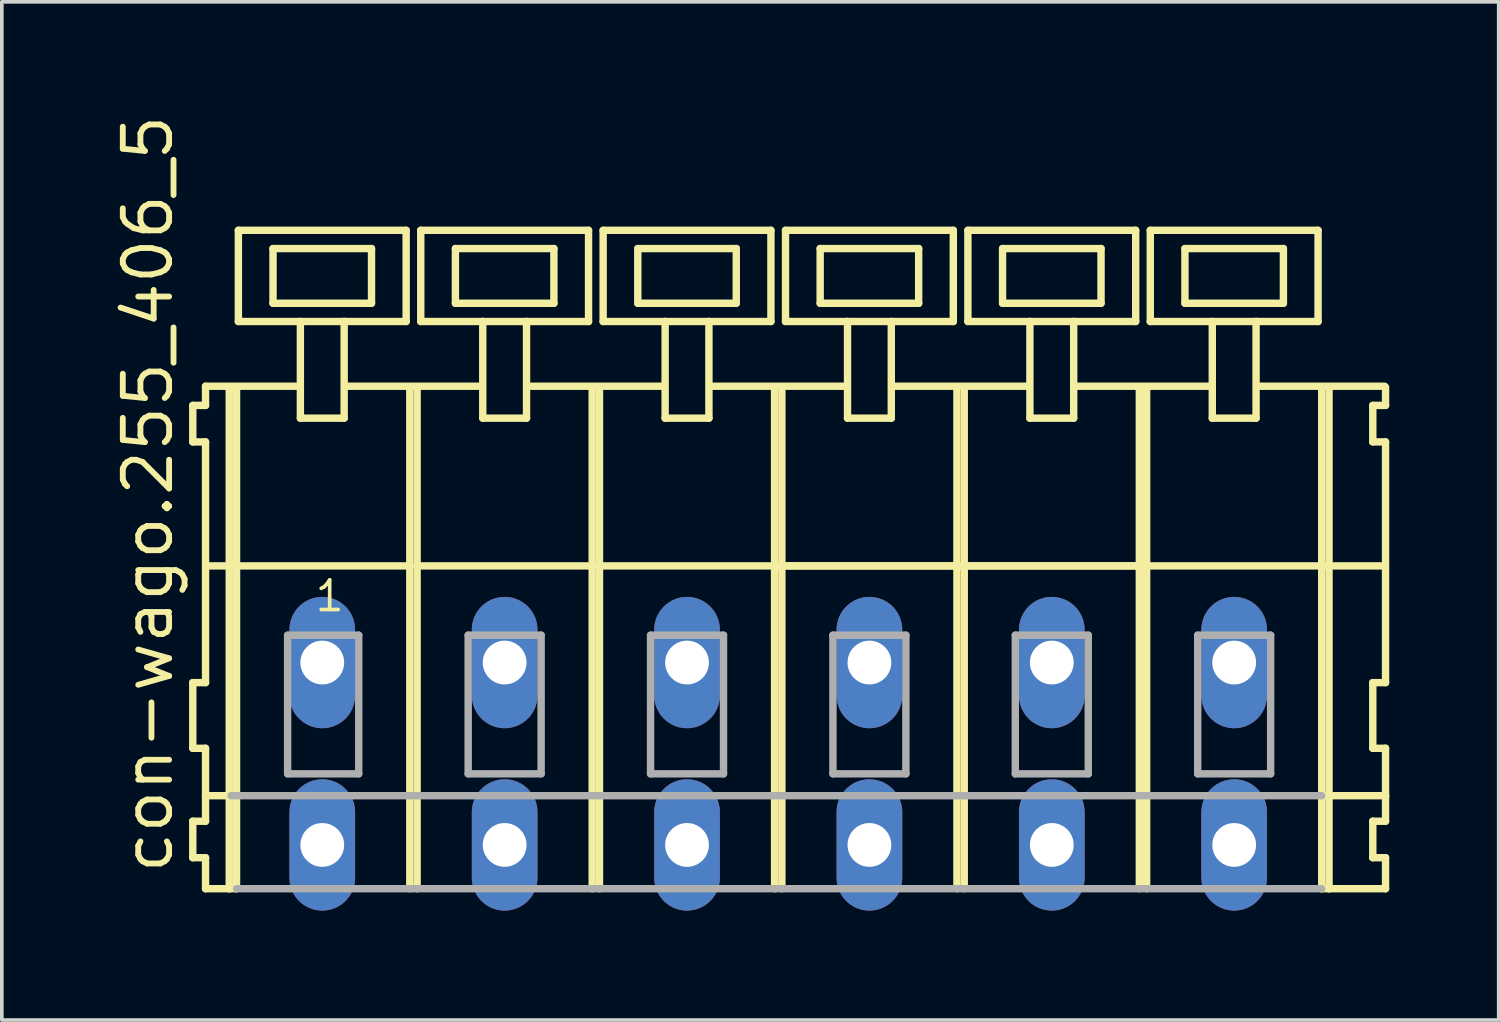
<source format=kicad_pcb>
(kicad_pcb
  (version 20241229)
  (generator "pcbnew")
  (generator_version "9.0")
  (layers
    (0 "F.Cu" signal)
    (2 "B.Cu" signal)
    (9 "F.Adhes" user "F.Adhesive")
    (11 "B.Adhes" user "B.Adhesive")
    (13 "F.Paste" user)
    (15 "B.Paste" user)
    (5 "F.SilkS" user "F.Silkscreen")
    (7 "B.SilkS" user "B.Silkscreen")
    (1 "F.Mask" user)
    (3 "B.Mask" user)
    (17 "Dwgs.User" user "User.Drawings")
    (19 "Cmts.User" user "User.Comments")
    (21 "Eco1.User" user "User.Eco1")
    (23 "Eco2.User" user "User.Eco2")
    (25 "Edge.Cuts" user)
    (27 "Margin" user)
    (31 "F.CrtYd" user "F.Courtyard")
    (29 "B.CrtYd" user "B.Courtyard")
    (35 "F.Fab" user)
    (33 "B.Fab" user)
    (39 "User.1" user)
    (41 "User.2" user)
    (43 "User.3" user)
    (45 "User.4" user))
  (footprint "con-wago.255_406_5"
    (layer "F.Cu")
    (at 18.285 15.114)
    (property "Reference" "con-wago.255_406_5" (at -16.535 5.855 90) (layer "F.SilkS") (effects (font (size 1.27 1.27) (thickness 0.16)) (justify left bottom)))
    (attr through_hole)
    (fp_line (start -16.05 -7.05) (end -16.05 -6.05) (stroke (width 0.203) (type default)) (layer "F.SilkS"))
    (fp_line (start -16.05 -6.05) (end -15.7 -6.05) (stroke (width 0.203) (type default)) (layer "F.SilkS"))
    (fp_line (start -16.05 0.55) (end -16.05 2.35) (stroke (width 0.203) (type default)) (layer "F.SilkS"))
    (fp_line (start -16.05 2.35) (end -15.7 2.35) (stroke (width 0.203) (type default)) (layer "F.SilkS"))
    (fp_line (start -16.05 4.35) (end -16.05 5.35) (stroke (width 0.203) (type default)) (layer "F.SilkS"))
    (fp_line (start -16.05 5.35) (end -15.7 5.35) (stroke (width 0.203) (type default)) (layer "F.SilkS"))
    (fp_line (start -15.7 -7.575) (end -15.7 -7.05) (stroke (width 0.203) (type default)) (layer "F.SilkS"))
    (fp_line (start -15.7 -7.575) (end -13.125 -7.575) (stroke (width 0.203) (type default)) (layer "F.SilkS"))
    (fp_line (start -15.7 -7.05) (end -16.05 -7.05) (stroke (width 0.203) (type default)) (layer "F.SilkS"))
    (fp_line (start -15.7 -6.05) (end -15.7 0.55) (stroke (width 0.203) (type default)) (layer "F.SilkS"))
    (fp_line (start -15.7 0.55) (end -16.05 0.55) (stroke (width 0.203) (type default)) (layer "F.SilkS"))
    (fp_line (start -15.7 2.35) (end -15.7 4.35) (stroke (width 0.203) (type default)) (layer "F.SilkS"))
    (fp_line (start -15.7 3.65) (end -15 3.65) (stroke (width 0.203) (type default)) (layer "F.SilkS"))
    (fp_line (start -15.7 4.35) (end -16.05 4.35) (stroke (width 0.203) (type default)) (layer "F.SilkS"))
    (fp_line (start -15.7 5.35) (end -15.7 6.2) (stroke (width 0.203) (type default)) (layer "F.SilkS"))
    (fp_line (start -15.7 6.2) (end -15.05 6.2) (stroke (width 0.203) (type default)) (layer "F.SilkS"))
    (fp_line (start -15.65 -2.65) (end -10.1 -2.65) (stroke (width 0.203) (type default)) (layer "F.SilkS"))
    (fp_line (start -15.05 -7.55) (end -15.05 6.2) (stroke (width 0.203) (type default)) (layer "F.SilkS"))
    (fp_line (start -15.05 6.2) (end -14.85 6.2) (stroke (width 0.203) (type default)) (layer "F.SilkS"))
    (fp_line (start -14.85 -7.55) (end -14.85 6.2) (stroke (width 0.203) (type default)) (layer "F.SilkS"))
    (fp_line (start -14.8 -11.85) (end -14.8 -9.35) (stroke (width 0.203) (type default)) (layer "F.SilkS"))
    (fp_line (start -14.8 -9.35) (end -13.1 -9.35) (stroke (width 0.203) (type default)) (layer "F.SilkS"))
    (fp_line (start -13.85 -11.35) (end -13.85 -9.85) (stroke (width 0.203) (type default)) (layer "F.SilkS"))
    (fp_line (start -13.85 -9.85) (end -11.15 -9.85) (stroke (width 0.203) (type default)) (layer "F.SilkS"))
    (fp_line (start -13.1 -9.35) (end -13.1 -6.7) (stroke (width 0.203) (type default)) (layer "F.SilkS"))
    (fp_line (start -13.1 -9.35) (end -11.9 -9.35) (stroke (width 0.203) (type default)) (layer "F.SilkS"))
    (fp_line (start -13.1 -6.7) (end -11.9 -6.7) (stroke (width 0.203) (type default)) (layer "F.SilkS"))
    (fp_line (start -11.9 -9.35) (end -10.2 -9.35) (stroke (width 0.203) (type default)) (layer "F.SilkS"))
    (fp_line (start -11.9 -6.7) (end -11.9 -9.35) (stroke (width 0.203) (type default)) (layer "F.SilkS"))
    (fp_line (start -11.825 -7.575) (end -8.125 -7.575) (stroke (width 0.203) (type default)) (layer "F.SilkS"))
    (fp_line (start -11.15 -11.35) (end -13.85 -11.35) (stroke (width 0.203) (type default)) (layer "F.SilkS"))
    (fp_line (start -11.15 -9.85) (end -11.15 -11.35) (stroke (width 0.203) (type default)) (layer "F.SilkS"))
    (fp_line (start -10.2 -11.85) (end -14.8 -11.85) (stroke (width 0.203) (type default)) (layer "F.SilkS"))
    (fp_line (start -10.2 -9.35) (end -10.2 -11.85) (stroke (width 0.203) (type default)) (layer "F.SilkS"))
    (fp_line (start -10.1 -7.55) (end -10.1 -2.65) (stroke (width 0.203) (type default)) (layer "F.SilkS"))
    (fp_line (start -10.1 -2.65) (end -10.1 6.2) (stroke (width 0.203) (type default)) (layer "F.SilkS"))
    (fp_line (start -9.9 -7.55) (end -9.9 -2.65) (stroke (width 0.203) (type default)) (layer "F.SilkS"))
    (fp_line (start -9.9 -2.65) (end -9.9 6.2) (stroke (width 0.203) (type default)) (layer "F.SilkS"))
    (fp_line (start -9.9 -2.65) (end -5.1 -2.65) (stroke (width 0.203) (type default)) (layer "F.SilkS"))
    (fp_line (start -9.8 -11.85) (end -9.8 -9.35) (stroke (width 0.203) (type default)) (layer "F.SilkS"))
    (fp_line (start -9.8 -9.35) (end -8.1 -9.35) (stroke (width 0.203) (type default)) (layer "F.SilkS"))
    (fp_line (start -8.85 -11.35) (end -8.85 -9.85) (stroke (width 0.203) (type default)) (layer "F.SilkS"))
    (fp_line (start -8.85 -9.85) (end -6.15 -9.85) (stroke (width 0.203) (type default)) (layer "F.SilkS"))
    (fp_line (start -8.1 -9.35) (end -8.1 -6.7) (stroke (width 0.203) (type default)) (layer "F.SilkS"))
    (fp_line (start -8.1 -9.35) (end -6.9 -9.35) (stroke (width 0.203) (type default)) (layer "F.SilkS"))
    (fp_line (start -8.1 -6.7) (end -6.9 -6.7) (stroke (width 0.203) (type default)) (layer "F.SilkS"))
    (fp_line (start -6.9 -9.35) (end -5.2 -9.35) (stroke (width 0.203) (type default)) (layer "F.SilkS"))
    (fp_line (start -6.9 -6.7) (end -6.9 -9.35) (stroke (width 0.203) (type default)) (layer "F.SilkS"))
    (fp_line (start -6.875 -7.575) (end -3.125 -7.575) (stroke (width 0.203) (type default)) (layer "F.SilkS"))
    (fp_line (start -6.15 -11.35) (end -8.85 -11.35) (stroke (width 0.203) (type default)) (layer "F.SilkS"))
    (fp_line (start -6.15 -9.85) (end -6.15 -11.35) (stroke (width 0.203) (type default)) (layer "F.SilkS"))
    (fp_line (start -5.2 -11.85) (end -9.8 -11.85) (stroke (width 0.203) (type default)) (layer "F.SilkS"))
    (fp_line (start -5.2 -9.35) (end -5.2 -11.85) (stroke (width 0.203) (type default)) (layer "F.SilkS"))
    (fp_line (start -5.1 -7.55) (end -5.1 -2.65) (stroke (width 0.203) (type default)) (layer "F.SilkS"))
    (fp_line (start -5.1 -2.65) (end -5.1 6.2) (stroke (width 0.203) (type default)) (layer "F.SilkS"))
    (fp_line (start -5.1 -2.65) (end -4.9 -2.65) (stroke (width 0.203) (type default)) (layer "F.SilkS"))
    (fp_line (start -4.9 -7.55) (end -4.9 -2.65) (stroke (width 0.203) (type default)) (layer "F.SilkS"))
    (fp_line (start -4.9 -2.65) (end -4.9 6.2) (stroke (width 0.203) (type default)) (layer "F.SilkS"))
    (fp_line (start -4.9 -2.65) (end -0.1 -2.65) (stroke (width 0.203) (type default)) (layer "F.SilkS"))
    (fp_line (start -4.8 -11.85) (end -4.8 -9.35) (stroke (width 0.203) (type default)) (layer "F.SilkS"))
    (fp_line (start -4.8 -9.35) (end -3.1 -9.35) (stroke (width 0.203) (type default)) (layer "F.SilkS"))
    (fp_line (start -3.85 -11.35) (end -3.85 -9.85) (stroke (width 0.203) (type default)) (layer "F.SilkS"))
    (fp_line (start -3.85 -9.85) (end -1.15 -9.85) (stroke (width 0.203) (type default)) (layer "F.SilkS"))
    (fp_line (start -3.1 -9.35) (end -3.1 -6.7) (stroke (width 0.203) (type default)) (layer "F.SilkS"))
    (fp_line (start -3.1 -9.35) (end -1.9 -9.35) (stroke (width 0.203) (type default)) (layer "F.SilkS"))
    (fp_line (start -3.1 -6.7) (end -1.9 -6.7) (stroke (width 0.203) (type default)) (layer "F.SilkS"))
    (fp_line (start -1.9 -9.35) (end -0.2 -9.35) (stroke (width 0.203) (type default)) (layer "F.SilkS"))
    (fp_line (start -1.9 -6.7) (end -1.9 -9.35) (stroke (width 0.203) (type default)) (layer "F.SilkS"))
    (fp_line (start -1.875 -7.575) (end 1.875 -7.575) (stroke (width 0.203) (type default)) (layer "F.SilkS"))
    (fp_line (start -1.15 -11.35) (end -3.85 -11.35) (stroke (width 0.203) (type default)) (layer "F.SilkS"))
    (fp_line (start -1.15 -9.85) (end -1.15 -11.35) (stroke (width 0.203) (type default)) (layer "F.SilkS"))
    (fp_line (start -0.2 -11.85) (end -4.8 -11.85) (stroke (width 0.203) (type default)) (layer "F.SilkS"))
    (fp_line (start -0.2 -9.35) (end -0.2 -11.85) (stroke (width 0.203) (type default)) (layer "F.SilkS"))
    (fp_line (start -0.1 -7.55) (end -0.1 -2.65) (stroke (width 0.203) (type default)) (layer "F.SilkS"))
    (fp_line (start -0.1 -2.65) (end -0.1 6.2) (stroke (width 0.203) (type default)) (layer "F.SilkS"))
    (fp_line (start -0.1 -2.65) (end 0.1 -2.65) (stroke (width 0.203) (type default)) (layer "F.SilkS"))
    (fp_line (start -0.1 -2.65) (end 14.9 -2.65) (stroke (width 0.203) (type default)) (layer "F.SilkS"))
    (fp_line (start 0.1 -7.55) (end 0.1 -2.65) (stroke (width 0.203) (type default)) (layer "F.SilkS"))
    (fp_line (start 0.1 -2.65) (end 0.1 6.2) (stroke (width 0.203) (type default)) (layer "F.SilkS"))
    (fp_line (start 0.1 -2.65) (end 4.9 -2.65) (stroke (width 0.203) (type default)) (layer "F.SilkS"))
    (fp_line (start 0.2 -11.85) (end 0.2 -9.35) (stroke (width 0.203) (type default)) (layer "F.SilkS"))
    (fp_line (start 0.2 -9.35) (end 1.9 -9.35) (stroke (width 0.203) (type default)) (layer "F.SilkS"))
    (fp_line (start 1.15 -11.35) (end 1.15 -9.85) (stroke (width 0.203) (type default)) (layer "F.SilkS"))
    (fp_line (start 1.15 -9.85) (end 3.85 -9.85) (stroke (width 0.203) (type default)) (layer "F.SilkS"))
    (fp_line (start 1.9 -9.35) (end 1.9 -6.7) (stroke (width 0.203) (type default)) (layer "F.SilkS"))
    (fp_line (start 1.9 -9.35) (end 3.1 -9.35) (stroke (width 0.203) (type default)) (layer "F.SilkS"))
    (fp_line (start 1.9 -6.7) (end 3.1 -6.7) (stroke (width 0.203) (type default)) (layer "F.SilkS"))
    (fp_line (start 3.1 -9.35) (end 4.8 -9.35) (stroke (width 0.203) (type default)) (layer "F.SilkS"))
    (fp_line (start 3.1 -6.7) (end 3.1 -9.35) (stroke (width 0.203) (type default)) (layer "F.SilkS"))
    (fp_line (start 3.125 -7.575) (end 6.875 -7.575) (stroke (width 0.203) (type default)) (layer "F.SilkS"))
    (fp_line (start 3.85 -11.35) (end 1.15 -11.35) (stroke (width 0.203) (type default)) (layer "F.SilkS"))
    (fp_line (start 3.85 -9.85) (end 3.85 -11.35) (stroke (width 0.203) (type default)) (layer "F.SilkS"))
    (fp_line (start 4.8 -11.85) (end 0.2 -11.85) (stroke (width 0.203) (type default)) (layer "F.SilkS"))
    (fp_line (start 4.8 -9.35) (end 4.8 -11.85) (stroke (width 0.203) (type default)) (layer "F.SilkS"))
    (fp_line (start 4.9 -7.55) (end 4.9 -2.65) (stroke (width 0.203) (type default)) (layer "F.SilkS"))
    (fp_line (start 4.9 -2.65) (end 4.9 6.2) (stroke (width 0.203) (type default)) (layer "F.SilkS"))
    (fp_line (start 4.9 -2.65) (end 5.1 -2.65) (stroke (width 0.203) (type default)) (layer "F.SilkS"))
    (fp_line (start 5.1 -7.55) (end 5.1 -2.65) (stroke (width 0.203) (type default)) (layer "F.SilkS"))
    (fp_line (start 5.1 -2.65) (end 5.1 6.2) (stroke (width 0.203) (type default)) (layer "F.SilkS"))
    (fp_line (start 5.1 -2.65) (end 9.9 -2.65) (stroke (width 0.203) (type default)) (layer "F.SilkS"))
    (fp_line (start 5.2 -11.85) (end 5.2 -9.35) (stroke (width 0.203) (type default)) (layer "F.SilkS"))
    (fp_line (start 5.2 -9.35) (end 6.9 -9.35) (stroke (width 0.203) (type default)) (layer "F.SilkS"))
    (fp_line (start 6.15 -11.35) (end 6.15 -9.85) (stroke (width 0.203) (type default)) (layer "F.SilkS"))
    (fp_line (start 6.15 -9.85) (end 8.85 -9.85) (stroke (width 0.203) (type default)) (layer "F.SilkS"))
    (fp_line (start 6.9 -9.35) (end 6.9 -6.7) (stroke (width 0.203) (type default)) (layer "F.SilkS"))
    (fp_line (start 6.9 -9.35) (end 8.1 -9.35) (stroke (width 0.203) (type default)) (layer "F.SilkS"))
    (fp_line (start 6.9 -6.7) (end 8.1 -6.7) (stroke (width 0.203) (type default)) (layer "F.SilkS"))
    (fp_line (start 8.1 -9.35) (end 9.8 -9.35) (stroke (width 0.203) (type default)) (layer "F.SilkS"))
    (fp_line (start 8.1 -6.7) (end 8.1 -9.35) (stroke (width 0.203) (type default)) (layer "F.SilkS"))
    (fp_line (start 8.125 -7.575) (end 11.875 -7.575) (stroke (width 0.203) (type default)) (layer "F.SilkS"))
    (fp_line (start 8.85 -11.35) (end 6.15 -11.35) (stroke (width 0.203) (type default)) (layer "F.SilkS"))
    (fp_line (start 8.85 -9.85) (end 8.85 -11.35) (stroke (width 0.203) (type default)) (layer "F.SilkS"))
    (fp_line (start 9.8 -11.85) (end 5.2 -11.85) (stroke (width 0.203) (type default)) (layer "F.SilkS"))
    (fp_line (start 9.8 -9.35) (end 9.8 -11.85) (stroke (width 0.203) (type default)) (layer "F.SilkS"))
    (fp_line (start 9.9 -7.55) (end 9.9 -2.65) (stroke (width 0.203) (type default)) (layer "F.SilkS"))
    (fp_line (start 9.9 -2.65) (end 9.9 6.2) (stroke (width 0.203) (type default)) (layer "F.SilkS"))
    (fp_line (start 9.9 -2.65) (end 10.1 -2.65) (stroke (width 0.203) (type default)) (layer "F.SilkS"))
    (fp_line (start 10.1 -7.55) (end 10.1 -2.65) (stroke (width 0.203) (type default)) (layer "F.SilkS"))
    (fp_line (start 10.1 -2.65) (end 10.1 6.2) (stroke (width 0.203) (type default)) (layer "F.SilkS"))
    (fp_line (start 10.2 -11.85) (end 10.2 -9.35) (stroke (width 0.203) (type default)) (layer "F.SilkS"))
    (fp_line (start 10.2 -9.35) (end 11.9 -9.35) (stroke (width 0.203) (type default)) (layer "F.SilkS"))
    (fp_line (start 11.15 -11.35) (end 11.15 -9.85) (stroke (width 0.203) (type default)) (layer "F.SilkS"))
    (fp_line (start 11.15 -9.85) (end 13.85 -9.85) (stroke (width 0.203) (type default)) (layer "F.SilkS"))
    (fp_line (start 11.9 -9.35) (end 11.9 -6.7) (stroke (width 0.203) (type default)) (layer "F.SilkS"))
    (fp_line (start 11.9 -9.35) (end 13.1 -9.35) (stroke (width 0.203) (type default)) (layer "F.SilkS"))
    (fp_line (start 11.9 -6.7) (end 13.1 -6.7) (stroke (width 0.203) (type default)) (layer "F.SilkS"))
    (fp_line (start 13.1 -9.35) (end 14.8 -9.35) (stroke (width 0.203) (type default)) (layer "F.SilkS"))
    (fp_line (start 13.1 -6.7) (end 13.1 -9.35) (stroke (width 0.203) (type default)) (layer "F.SilkS"))
    (fp_line (start 13.125 -7.575) (end 16.625 -7.575) (stroke (width 0.203) (type default)) (layer "F.SilkS"))
    (fp_line (start 13.85 -11.35) (end 11.15 -11.35) (stroke (width 0.203) (type default)) (layer "F.SilkS"))
    (fp_line (start 13.85 -9.85) (end 13.85 -11.35) (stroke (width 0.203) (type default)) (layer "F.SilkS"))
    (fp_line (start 14.8 -11.85) (end 10.2 -11.85) (stroke (width 0.203) (type default)) (layer "F.SilkS"))
    (fp_line (start 14.8 -9.35) (end 14.8 -11.85) (stroke (width 0.203) (type default)) (layer "F.SilkS"))
    (fp_line (start 14.9 -7.55) (end 14.9 -2.65) (stroke (width 0.203) (type default)) (layer "F.SilkS"))
    (fp_line (start 14.9 -2.65) (end 14.9 6.2) (stroke (width 0.203) (type default)) (layer "F.SilkS"))
    (fp_line (start 14.9 -2.65) (end 15.1 -2.65) (stroke (width 0.203) (type default)) (layer "F.SilkS"))
    (fp_line (start 14.9 6.2) (end 15.1 6.2) (stroke (width 0.203) (type default)) (layer "F.SilkS"))
    (fp_line (start 14.95 3.65) (end 16.65 3.65) (stroke (width 0.203) (type default)) (layer "F.SilkS"))
    (fp_line (start 15.1 -7.55) (end 15.1 -2.65) (stroke (width 0.203) (type default)) (layer "F.SilkS"))
    (fp_line (start 15.1 -2.65) (end 15.1 6.2) (stroke (width 0.203) (type default)) (layer "F.SilkS"))
    (fp_line (start 15.1 -2.65) (end 16.6 -2.65) (stroke (width 0.203) (type default)) (layer "F.SilkS"))
    (fp_line (start 15.1 6.2) (end 16.65 6.2) (stroke (width 0.203) (type default)) (layer "F.SilkS"))
    (fp_line (start 16.3 -7.05) (end 16.3 -6.05) (stroke (width 0.203) (type default)) (layer "F.SilkS"))
    (fp_line (start 16.3 -6.05) (end 16.65 -6.05) (stroke (width 0.203) (type default)) (layer "F.SilkS"))
    (fp_line (start 16.3 0.55) (end 16.3 2.35) (stroke (width 0.203) (type default)) (layer "F.SilkS"))
    (fp_line (start 16.3 2.35) (end 16.65 2.35) (stroke (width 0.203) (type default)) (layer "F.SilkS"))
    (fp_line (start 16.3 4.35) (end 16.3 5.35) (stroke (width 0.203) (type default)) (layer "F.SilkS"))
    (fp_line (start 16.3 5.35) (end 16.65 5.35) (stroke (width 0.203) (type default)) (layer "F.SilkS"))
    (fp_line (start 16.65 -7.05) (end 16.3 -7.05) (stroke (width 0.203) (type default)) (layer "F.SilkS"))
    (fp_line (start 16.65 -7.05) (end 16.65 -7.55) (stroke (width 0.203) (type default)) (layer "F.SilkS"))
    (fp_line (start 16.65 0.55) (end 16.3 0.55) (stroke (width 0.203) (type default)) (layer "F.SilkS"))
    (fp_line (start 16.65 0.55) (end 16.65 -6.05) (stroke (width 0.203) (type default)) (layer "F.SilkS"))
    (fp_line (start 16.65 3.65) (end 16.65 2.35) (stroke (width 0.203) (type default)) (layer "F.SilkS"))
    (fp_line (start 16.65 4.35) (end 16.3 4.35) (stroke (width 0.203) (type default)) (layer "F.SilkS"))
    (fp_line (start 16.65 4.35) (end 16.65 3.65) (stroke (width 0.203) (type default)) (layer "F.SilkS"))
    (fp_line (start 16.65 6.2) (end 16.65 5.35) (stroke (width 0.203) (type default)) (layer "F.SilkS"))
    (fp_line (start -15 3.65) (end 14.9 3.65) (stroke (width 0.203) (type default)) (layer "F.Fab"))
    (fp_line (start -14.85 6.2) (end 14.9 6.2) (stroke (width 0.203) (type default)) (layer "F.Fab"))
    (fp_line (start -13.45 -0.75) (end -13.45 3.05) (stroke (width 0.203) (type default)) (layer "F.Fab"))
    (fp_line (start -13.45 3.05) (end -11.5 3.05) (stroke (width 0.203) (type default)) (layer "F.Fab"))
    (fp_line (start -11.5 -0.75) (end -13.45 -0.75) (stroke (width 0.203) (type default)) (layer "F.Fab"))
    (fp_line (start -11.5 3.05) (end -11.5 -0.75) (stroke (width 0.203) (type default)) (layer "F.Fab"))
    (fp_line (start -8.5 -0.75) (end -8.5 3.05) (stroke (width 0.203) (type default)) (layer "F.Fab"))
    (fp_line (start -8.5 3.05) (end -6.5 3.05) (stroke (width 0.203) (type default)) (layer "F.Fab"))
    (fp_line (start -6.5 -0.75) (end -8.5 -0.75) (stroke (width 0.203) (type default)) (layer "F.Fab"))
    (fp_line (start -6.5 3.05) (end -6.5 -0.75) (stroke (width 0.203) (type default)) (layer "F.Fab"))
    (fp_line (start -3.5 -0.75) (end -3.5 3.05) (stroke (width 0.203) (type default)) (layer "F.Fab"))
    (fp_line (start -3.5 3.05) (end -1.5 3.05) (stroke (width 0.203) (type default)) (layer "F.Fab"))
    (fp_line (start -1.5 -0.75) (end -3.5 -0.75) (stroke (width 0.203) (type default)) (layer "F.Fab"))
    (fp_line (start -1.5 3.05) (end -1.5 -0.75) (stroke (width 0.203) (type default)) (layer "F.Fab"))
    (fp_line (start 1.5 -0.75) (end 1.5 3.05) (stroke (width 0.203) (type default)) (layer "F.Fab"))
    (fp_line (start 1.5 3.05) (end 3.5 3.05) (stroke (width 0.203) (type default)) (layer "F.Fab"))
    (fp_line (start 3.5 -0.75) (end 1.5 -0.75) (stroke (width 0.203) (type default)) (layer "F.Fab"))
    (fp_line (start 3.5 3.05) (end 3.5 -0.75) (stroke (width 0.203) (type default)) (layer "F.Fab"))
    (fp_line (start 6.5 -0.75) (end 6.5 3.05) (stroke (width 0.203) (type default)) (layer "F.Fab"))
    (fp_line (start 6.5 3.05) (end 8.5 3.05) (stroke (width 0.203) (type default)) (layer "F.Fab"))
    (fp_line (start 8.5 -0.75) (end 6.5 -0.75) (stroke (width 0.203) (type default)) (layer "F.Fab"))
    (fp_line (start 8.5 3.05) (end 8.5 -0.75) (stroke (width 0.203) (type default)) (layer "F.Fab"))
    (fp_line (start 11.5 -0.75) (end 11.5 3.05) (stroke (width 0.203) (type default)) (layer "F.Fab"))
    (fp_line (start 11.5 3.05) (end 13.5 3.05) (stroke (width 0.203) (type default)) (layer "F.Fab"))
    (fp_line (start 13.5 -0.75) (end 11.5 -0.75) (stroke (width 0.203) (type default)) (layer "F.Fab"))
    (fp_line (start 13.5 3.05) (end 13.5 -0.75) (stroke (width 0.203) (type default)) (layer "F.Fab"))
    (fp_text user "1" (at -12.75 -1.35 0) (layer "F.SilkS") (effects (font (size 0.813 0.813) (thickness 0.1)) (justify left bottom)))
    (pad "A1" thru_hole oval (at -12.5 0 90) (size 3.6 1.8) (drill 1.2) (layers "*.Cu" "*.Mask"))
    (pad "A2" thru_hole oval (at -7.5 0 90) (size 3.6 1.8) (drill 1.2) (layers "*.Cu" "*.Mask"))
    (pad "A3" thru_hole oval (at -2.5 0 90) (size 3.6 1.8) (drill 1.2) (layers "*.Cu" "*.Mask"))
    (pad "A4" thru_hole oval (at 2.5 0 90) (size 3.6 1.8) (drill 1.2) (layers "*.Cu" "*.Mask"))
    (pad "A5" thru_hole oval (at 7.5 0 90) (size 3.6 1.8) (drill 1.2) (layers "*.Cu" "*.Mask"))
    (pad "A6" thru_hole oval (at 12.5 0 90) (size 3.6 1.8) (drill 1.2) (layers "*.Cu" "*.Mask"))
    (pad "B1" thru_hole oval (at -12.5 5 90) (size 3.6 1.8) (drill 1.2) (layers "*.Cu" "*.Mask"))
    (pad "B2" thru_hole oval (at -7.5 5 90) (size 3.6 1.8) (drill 1.2) (layers "*.Cu" "*.Mask"))
    (pad "B3" thru_hole oval (at -2.5 5 90) (size 3.6 1.8) (drill 1.2) (layers "*.Cu" "*.Mask"))
    (pad "B4" thru_hole oval (at 2.5 5 90) (size 3.6 1.8) (drill 1.2) (layers "*.Cu" "*.Mask"))
    (pad "B5" thru_hole oval (at 7.5 5 90) (size 3.6 1.8) (drill 1.2) (layers "*.Cu" "*.Mask"))
    (pad "B6" thru_hole oval (at 12.5 5 90) (size 3.6 1.8) (drill 1.2) (layers "*.Cu" "*.Mask")))
  (gr_rect
    (start -3 -3)
    (end 38.037 24.914)
    (stroke (width 0.1) (type default))
    (fill no)
    (layer "Edge.Cuts")))
</source>
